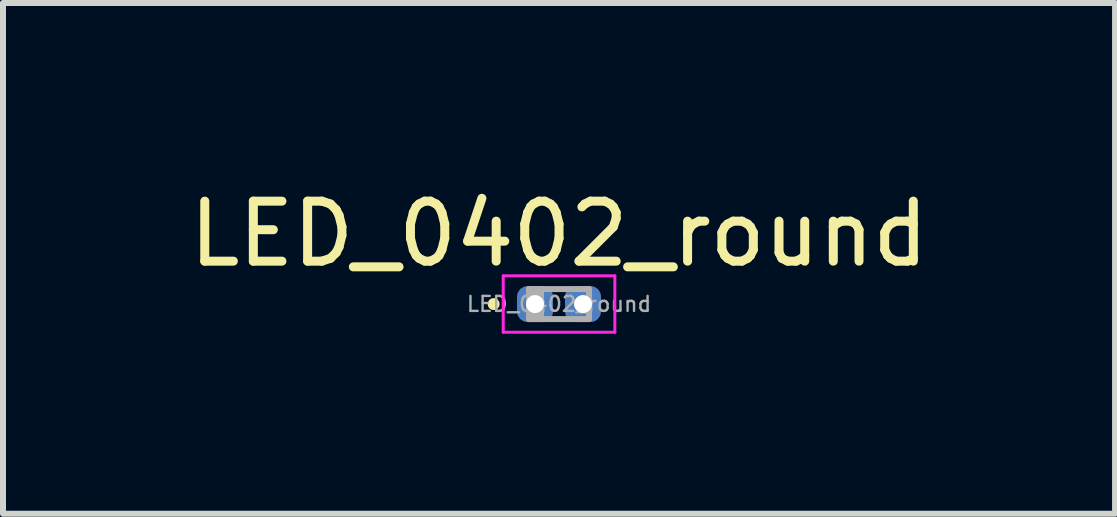
<source format=kicad_pcb>
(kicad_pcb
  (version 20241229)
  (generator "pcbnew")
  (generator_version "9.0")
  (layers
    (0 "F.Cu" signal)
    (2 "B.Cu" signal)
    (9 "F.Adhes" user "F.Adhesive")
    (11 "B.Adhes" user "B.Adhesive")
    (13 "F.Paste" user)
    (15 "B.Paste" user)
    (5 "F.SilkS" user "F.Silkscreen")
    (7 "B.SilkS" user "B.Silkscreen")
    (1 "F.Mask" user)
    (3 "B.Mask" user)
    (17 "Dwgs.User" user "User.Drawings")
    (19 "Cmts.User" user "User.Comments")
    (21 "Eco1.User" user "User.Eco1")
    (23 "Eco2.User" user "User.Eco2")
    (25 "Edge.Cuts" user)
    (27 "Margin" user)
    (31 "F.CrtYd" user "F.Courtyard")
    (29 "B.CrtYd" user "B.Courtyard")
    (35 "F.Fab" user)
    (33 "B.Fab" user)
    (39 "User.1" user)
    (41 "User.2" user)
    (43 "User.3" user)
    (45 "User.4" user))
  (footprint "LED_0402_round"
    (layer "F.Cu")
    (at 6.268 2.018)
    (property "Reference" "LED_0402_round" (at 0 -1.17 0) (layer "F.SilkS") (effects (font (size 1 1) (thickness 0.15))))
    (attr smd)
    (fp_poly (pts (xy -0.675 -0.225) (xy -0.675 0.225) (xy -0.1 0.225) (xy -0.1 -0.225)) (stroke (width 0.01) (type solid)) (fill yes) (layer "F.Mask"))
    (fp_poly (pts (xy 0.1 -0.225) (xy 0.1 0.225) (xy 0.675 0.225) (xy 0.675 -0.225)) (stroke (width 0.01) (type solid)) (fill yes) (layer "F.Mask"))
    (fp_circle (center -1.09 0) (end -1.04 0) (stroke (width 0.1) (type solid)) (fill no) (layer "F.SilkS"))
    (fp_line (start -0.93 -0.47) (end 0.93 -0.47) (stroke (width 0.05) (type solid)) (layer "F.CrtYd"))
    (fp_line (start -0.93 0.47) (end -0.93 -0.47) (stroke (width 0.05) (type solid)) (layer "F.CrtYd"))
    (fp_line (start 0.93 -0.47) (end 0.93 0.47) (stroke (width 0.05) (type solid)) (layer "F.CrtYd"))
    (fp_line (start 0.93 0.47) (end -0.93 0.47) (stroke (width 0.05) (type solid)) (layer "F.CrtYd"))
    (fp_line (start -0.5 -0.25) (end 0.5 -0.25) (stroke (width 0.1) (type solid)) (layer "F.Fab"))
    (fp_line (start -0.5 0.25) (end -0.5 -0.25) (stroke (width 0.1) (type solid)) (layer "F.Fab"))
    (fp_line (start -0.4 0.25) (end -0.4 -0.25) (stroke (width 0.1) (type solid)) (layer "F.Fab"))
    (fp_line (start -0.3 0.25) (end -0.3 -0.25) (stroke (width 0.1) (type solid)) (layer "F.Fab"))
    (fp_line (start 0.5 -0.25) (end 0.5 0.25) (stroke (width 0.1) (type solid)) (layer "F.Fab"))
    (fp_line (start 0.5 0.25) (end -0.5 0.25) (stroke (width 0.1) (type solid)) (layer "F.Fab"))
    (fp_text user "${REFERENCE}" (at 0 0 0) (layer "F.Fab") (effects (font (size 0.25 0.25) (thickness 0.04))))
    (pad "1" thru_hole roundrect (at -0.4 0) (size 0.6 0.6) (drill 0.3) (layers "*.Cu") (roundrect_rratio 0.3))
    (pad "2" thru_hole roundrect (at 0.4 0) (size 0.6 0.6) (drill 0.3) (layers "*.Cu") (roundrect_rratio 0.3)))
  (gr_rect
    (start -3 -3)
    (end 15.536 5.513)
    (stroke (width 0.1) (type default))
    (fill no)
    (layer "Edge.Cuts")))
</source>
